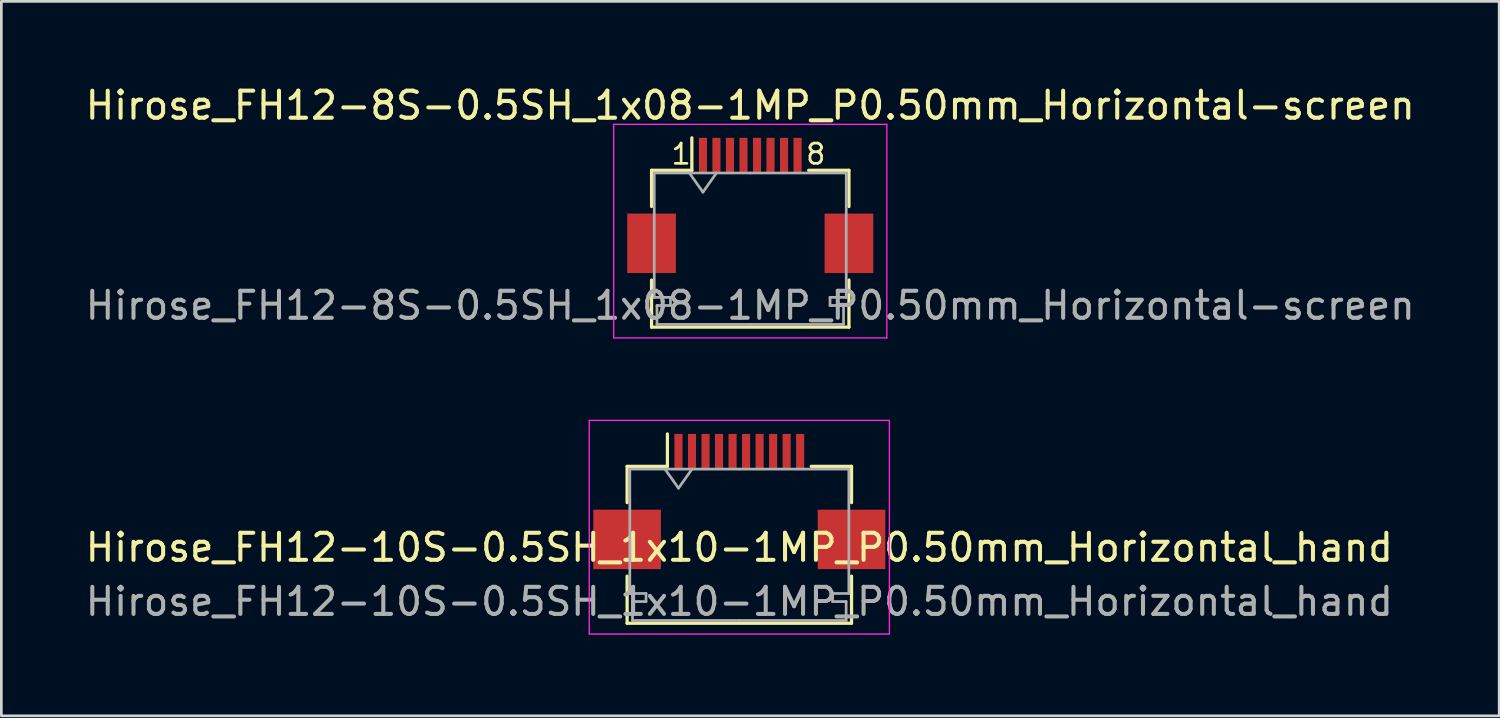
<source format=kicad_pcb>
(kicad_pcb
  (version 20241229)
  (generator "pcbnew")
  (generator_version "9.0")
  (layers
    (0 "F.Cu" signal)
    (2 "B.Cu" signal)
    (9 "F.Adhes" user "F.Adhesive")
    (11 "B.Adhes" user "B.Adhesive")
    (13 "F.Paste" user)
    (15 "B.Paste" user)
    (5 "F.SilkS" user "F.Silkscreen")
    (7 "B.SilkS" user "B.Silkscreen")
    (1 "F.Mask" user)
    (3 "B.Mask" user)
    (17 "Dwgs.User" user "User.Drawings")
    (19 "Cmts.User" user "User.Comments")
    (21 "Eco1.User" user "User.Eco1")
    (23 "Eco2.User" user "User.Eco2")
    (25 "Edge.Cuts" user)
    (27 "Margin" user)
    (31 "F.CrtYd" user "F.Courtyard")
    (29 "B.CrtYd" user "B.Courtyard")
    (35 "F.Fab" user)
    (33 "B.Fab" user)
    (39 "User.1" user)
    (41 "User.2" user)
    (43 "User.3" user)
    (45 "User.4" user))
  (footprint "Hirose_FH12-10S-0.5SH_1x10-1MP_P0.50mm_Horizontal_hand"
    (layer "F.Cu")
    (at 24.292 15.498)
    (property "Reference" "Hirose_FH12-10S-0.5SH_1x10-1MP_P0.50mm_Horizontal_hand" (at 0 1.7 180) (layer "F.SilkS") (effects (font (size 1 1) (thickness 0.15))))
    (attr smd)
    (fp_line (start -4.15 -1.3) (end -4.15 0.04) (stroke (width 0.12) (type solid)) (layer "F.SilkS"))
    (fp_line (start -4.15 2.76) (end -4.15 4.5) (stroke (width 0.12) (type solid)) (layer "F.SilkS"))
    (fp_line (start -4.15 4.5) (end 4.15 4.5) (stroke (width 0.12) (type solid)) (layer "F.SilkS"))
    (fp_line (start -2.66 -1.3) (end -4.15 -1.3) (stroke (width 0.12) (type solid)) (layer "F.SilkS"))
    (fp_line (start -2.66 -1.3) (end -2.66 -2.5) (stroke (width 0.12) (type solid)) (layer "F.SilkS"))
    (fp_line (start 2.66 -1.3) (end 4.15 -1.3) (stroke (width 0.12) (type solid)) (layer "F.SilkS"))
    (fp_line (start 4.15 -1.3) (end 4.15 0.04) (stroke (width 0.12) (type solid)) (layer "F.SilkS"))
    (fp_line (start 4.15 4.5) (end 4.15 2.76) (stroke (width 0.12) (type solid)) (layer "F.SilkS"))
    (fp_line (start -5.55 -3) (end -5.55 4.9) (stroke (width 0.05) (type solid)) (layer "F.CrtYd"))
    (fp_line (start -5.55 4.9) (end 5.55 4.9) (stroke (width 0.05) (type solid)) (layer "F.CrtYd"))
    (fp_line (start 5.55 -3) (end -5.55 -3) (stroke (width 0.05) (type solid)) (layer "F.CrtYd"))
    (fp_line (start 5.55 4.9) (end 5.55 -3) (stroke (width 0.05) (type solid)) (layer "F.CrtYd"))
    (fp_line (start -4.05 -1.2) (end -4.05 3.4) (stroke (width 0.1) (type solid)) (layer "F.Fab"))
    (fp_line (start -4.05 3.4) (end -3.45 3.4) (stroke (width 0.1) (type solid)) (layer "F.Fab"))
    (fp_line (start -3.95 3.7) (end -3.95 4.4) (stroke (width 0.1) (type solid)) (layer "F.Fab"))
    (fp_line (start -3.95 4.4) (end 0 4.4) (stroke (width 0.1) (type solid)) (layer "F.Fab"))
    (fp_line (start -3.45 3.4) (end -3.45 3.7) (stroke (width 0.1) (type solid)) (layer "F.Fab"))
    (fp_line (start -3.45 3.7) (end -3.95 3.7) (stroke (width 0.1) (type solid)) (layer "F.Fab"))
    (fp_line (start -2.75 -1.2) (end -2.25 -0.493) (stroke (width 0.1) (type solid)) (layer "F.Fab"))
    (fp_line (start -2.25 -0.493) (end -1.75 -1.2) (stroke (width 0.1) (type solid)) (layer "F.Fab"))
    (fp_line (start 0 -1.2) (end -4.05 -1.2) (stroke (width 0.1) (type solid)) (layer "F.Fab"))
    (fp_line (start 0 -1.2) (end 4.05 -1.2) (stroke (width 0.1) (type solid)) (layer "F.Fab"))
    (fp_line (start 3.45 3.4) (end 3.45 3.7) (stroke (width 0.1) (type solid)) (layer "F.Fab"))
    (fp_line (start 3.45 3.7) (end 3.95 3.7) (stroke (width 0.1) (type solid)) (layer "F.Fab"))
    (fp_line (start 3.95 3.7) (end 3.95 4.4) (stroke (width 0.1) (type solid)) (layer "F.Fab"))
    (fp_line (start 3.95 4.4) (end 0 4.4) (stroke (width 0.1) (type solid)) (layer "F.Fab"))
    (fp_line (start 4.05 -1.2) (end 4.05 3.4) (stroke (width 0.1) (type solid)) (layer "F.Fab"))
    (fp_line (start 4.05 3.4) (end 3.45 3.4) (stroke (width 0.1) (type solid)) (layer "F.Fab"))
    (fp_text user "${REFERENCE}" (at 0 3.7 180) (layer "F.Fab") (effects (font (size 1 1) (thickness 0.15))))
    (pad "1" smd rect (at -2.25 -1.85) (size 0.3 1.3) (layers "F.Cu" "F.Mask" "F.Paste"))
    (pad "2" smd rect (at -1.75 -1.85) (size 0.3 1.3) (layers "F.Cu" "F.Mask" "F.Paste"))
    (pad "3" smd rect (at -1.25 -1.85) (size 0.3 1.3) (layers "F.Cu" "F.Mask" "F.Paste"))
    (pad "4" smd rect (at -0.75 -1.85) (size 0.3 1.3) (layers "F.Cu" "F.Mask" "F.Paste"))
    (pad "5" smd rect (at -0.25 -1.85) (size 0.3 1.3) (layers "F.Cu" "F.Mask" "F.Paste"))
    (pad "6" smd rect (at 0.25 -1.85) (size 0.3 1.3) (layers "F.Cu" "F.Mask" "F.Paste"))
    (pad "7" smd rect (at 0.75 -1.85) (size 0.3 1.3) (layers "F.Cu" "F.Mask" "F.Paste"))
    (pad "8" smd rect (at 1.25 -1.85) (size 0.3 1.3) (layers "F.Cu" "F.Mask" "F.Paste"))
    (pad "9" smd rect (at 1.75 -1.85) (size 0.3 1.3) (layers "F.Cu" "F.Mask" "F.Paste"))
    (pad "10" smd rect (at 2.25 -1.85) (size 0.3 1.3) (layers "F.Cu" "F.Mask" "F.Paste"))
    (pad "MP" smd rect (at -4.15 1.4) (size 2.5 2.2) (layers "F.Cu" "F.Mask" "F.Paste"))
    (pad "MP" smd rect (at 4.15 1.4) (size 2.5 2.2) (layers "F.Cu" "F.Mask" "F.Paste")))
  (footprint "Hirose_FH12-8S-0.5SH_1x08-1MP_P0.50mm_Horizontal-screen"
    (layer "F.Cu")
    (at 24.696 4.548)
    (property "Reference" "Hirose_FH12-8S-0.5SH_1x08-1MP_P0.50mm_Horizontal-screen" (at 0 -3.7 180) (layer "F.SilkS") (effects (font (size 1 1) (thickness 0.15))))
    (attr smd)
    (fp_line (start -3.65 -1.3) (end -3.65 0.04) (stroke (width 0.12) (type solid)) (layer "F.SilkS"))
    (fp_line (start -3.65 2.76) (end -3.65 4.5) (stroke (width 0.12) (type solid)) (layer "F.SilkS"))
    (fp_line (start -3.65 4.5) (end 3.65 4.5) (stroke (width 0.12) (type solid)) (layer "F.SilkS"))
    (fp_line (start -2.16 -1.3) (end -3.65 -1.3) (stroke (width 0.12) (type solid)) (layer "F.SilkS"))
    (fp_line (start -2.16 -1.3) (end -2.16 -2.5) (stroke (width 0.12) (type solid)) (layer "F.SilkS"))
    (fp_line (start 2.16 -1.3) (end 3.65 -1.3) (stroke (width 0.12) (type solid)) (layer "F.SilkS"))
    (fp_line (start 3.65 -1.3) (end 3.65 0.04) (stroke (width 0.12) (type solid)) (layer "F.SilkS"))
    (fp_line (start 3.65 4.5) (end 3.65 2.76) (stroke (width 0.12) (type solid)) (layer "F.SilkS"))
    (fp_line (start -5.05 -3) (end -5.05 4.9) (stroke (width 0.05) (type solid)) (layer "F.CrtYd"))
    (fp_line (start -5.05 4.9) (end 5.05 4.9) (stroke (width 0.05) (type solid)) (layer "F.CrtYd"))
    (fp_line (start 5.05 -3) (end -5.05 -3) (stroke (width 0.05) (type solid)) (layer "F.CrtYd"))
    (fp_line (start 5.05 4.9) (end 5.05 -3) (stroke (width 0.05) (type solid)) (layer "F.CrtYd"))
    (fp_line (start -3.55 -1.2) (end -3.55 3.4) (stroke (width 0.1) (type solid)) (layer "F.Fab"))
    (fp_line (start -3.55 3.4) (end -2.95 3.4) (stroke (width 0.1) (type solid)) (layer "F.Fab"))
    (fp_line (start -3.45 3.7) (end -3.45 4.4) (stroke (width 0.1) (type solid)) (layer "F.Fab"))
    (fp_line (start -3.45 4.4) (end 0 4.4) (stroke (width 0.1) (type solid)) (layer "F.Fab"))
    (fp_line (start -2.95 3.4) (end -2.95 3.7) (stroke (width 0.1) (type solid)) (layer "F.Fab"))
    (fp_line (start -2.95 3.7) (end -3.45 3.7) (stroke (width 0.1) (type solid)) (layer "F.Fab"))
    (fp_line (start -2.25 -1.2) (end -1.75 -0.493) (stroke (width 0.1) (type solid)) (layer "F.Fab"))
    (fp_line (start -1.75 -0.493) (end -1.25 -1.2) (stroke (width 0.1) (type solid)) (layer "F.Fab"))
    (fp_line (start 0 -1.2) (end -3.55 -1.2) (stroke (width 0.1) (type solid)) (layer "F.Fab"))
    (fp_line (start 0 -1.2) (end 3.55 -1.2) (stroke (width 0.1) (type solid)) (layer "F.Fab"))
    (fp_line (start 2.95 3.4) (end 2.95 3.7) (stroke (width 0.1) (type solid)) (layer "F.Fab"))
    (fp_line (start 2.95 3.7) (end 3.45 3.7) (stroke (width 0.1) (type solid)) (layer "F.Fab"))
    (fp_line (start 3.45 3.7) (end 3.45 4.4) (stroke (width 0.1) (type solid)) (layer "F.Fab"))
    (fp_line (start 3.45 4.4) (end 0 4.4) (stroke (width 0.1) (type solid)) (layer "F.Fab"))
    (fp_line (start 3.55 -1.2) (end 3.55 3.4) (stroke (width 0.1) (type solid)) (layer "F.Fab"))
    (fp_line (start 3.55 3.4) (end 2.95 3.4) (stroke (width 0.1) (type solid)) (layer "F.Fab"))
    (fp_text user "8" (at 2 -1.46 0) (unlocked yes) (layer "F.SilkS") (effects (font (size 0.75 0.75) (thickness 0.1)) (justify left bottom)))
    (fp_text user "1" (at -2.98 -1.46 0) (unlocked yes) (layer "F.SilkS") (effects (font (size 0.75 0.75) (thickness 0.1)) (justify left bottom)))
    (fp_text user "${REFERENCE}" (at 0 3.7 180) (layer "F.Fab") (effects (font (size 1 1) (thickness 0.15))))
    (pad "1" smd rect (at -1.75 -1.85) (size 0.3 1.3) (layers "F.Cu" "F.Mask" "F.Paste"))
    (pad "2" smd rect (at -1.25 -1.85) (size 0.3 1.3) (layers "F.Cu" "F.Mask" "F.Paste"))
    (pad "3" smd rect (at -0.75 -1.85) (size 0.3 1.3) (layers "F.Cu" "F.Mask" "F.Paste"))
    (pad "4" smd rect (at -0.25 -1.85) (size 0.3 1.3) (layers "F.Cu" "F.Mask" "F.Paste"))
    (pad "5" smd rect (at 0.25 -1.85) (size 0.3 1.3) (layers "F.Cu" "F.Mask" "F.Paste"))
    (pad "6" smd rect (at 0.75 -1.85) (size 0.3 1.3) (layers "F.Cu" "F.Mask" "F.Paste"))
    (pad "7" smd rect (at 1.25 -1.85) (size 0.3 1.3) (layers "F.Cu" "F.Mask" "F.Paste"))
    (pad "8" smd rect (at 1.75 -1.85) (size 0.3 1.3) (layers "F.Cu" "F.Mask" "F.Paste"))
    (pad "MP" smd rect (at -3.65 1.4) (size 1.8 2.2) (layers "F.Cu" "F.Mask" "F.Paste"))
    (pad "MP" smd rect (at 3.65 1.4) (size 1.8 2.2) (layers "F.Cu" "F.Mask" "F.Paste")))
  (gr_rect
    (start -3 -3)
    (end 52.393 23.423)
    (stroke (width 0.1) (type default))
    (fill no)
    (layer "Edge.Cuts")))
</source>
